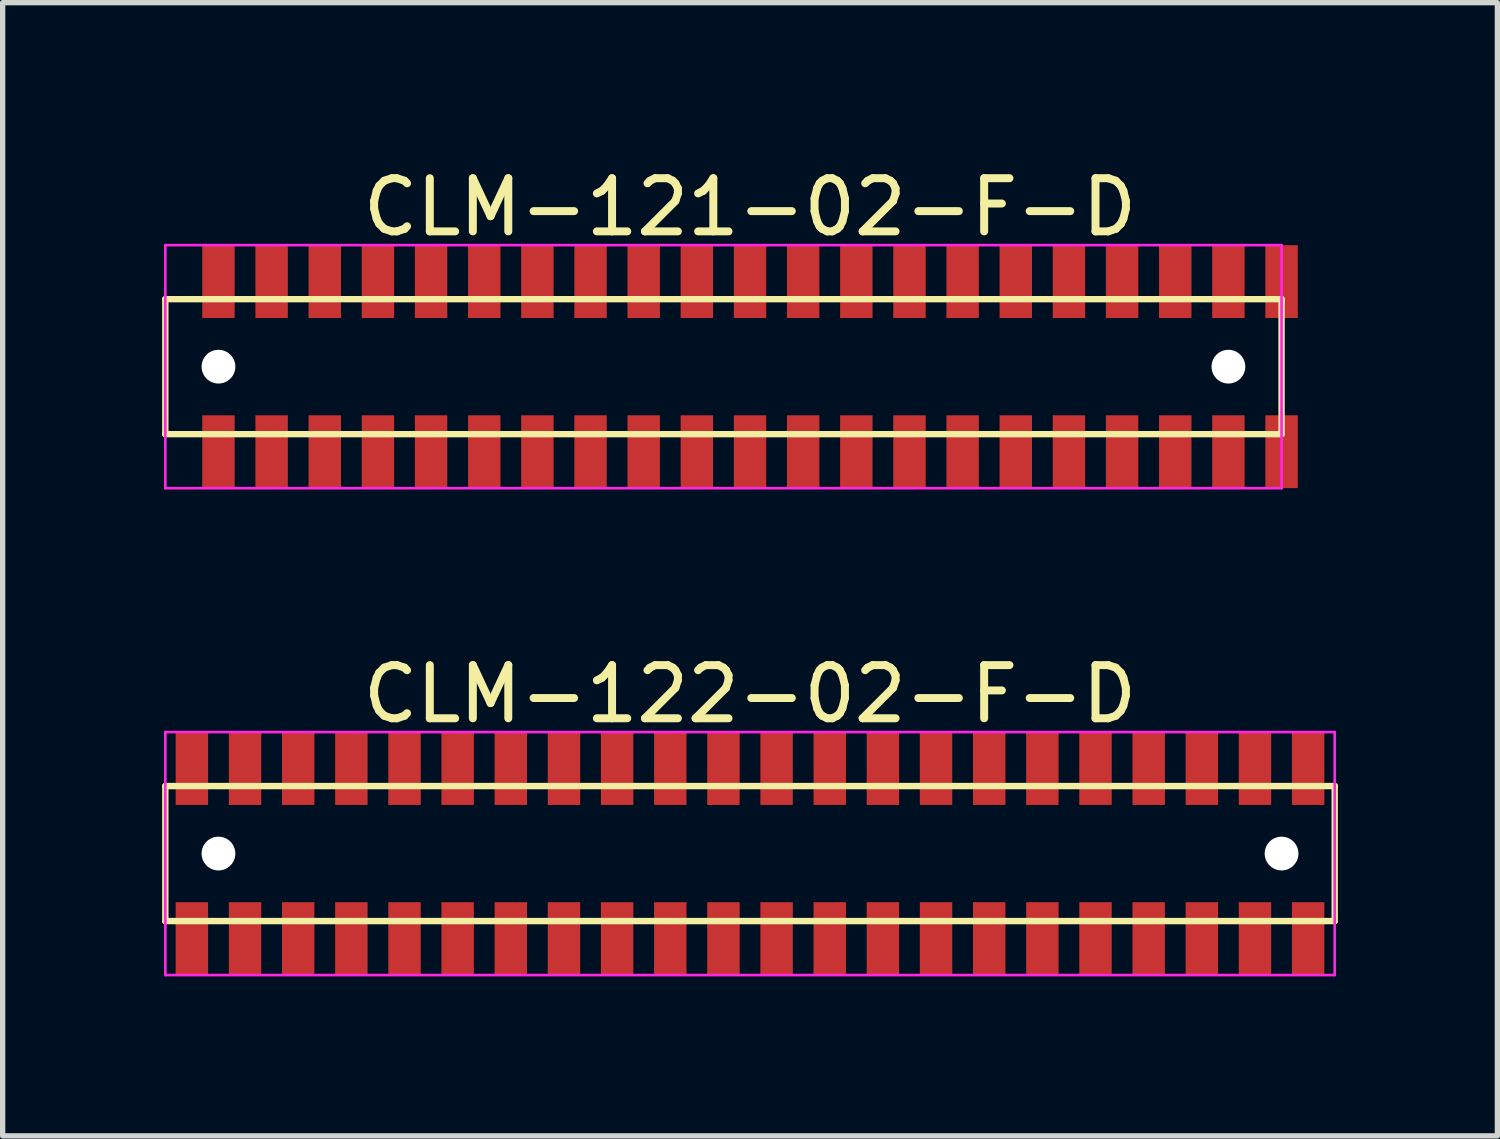
<source format=kicad_pcb>
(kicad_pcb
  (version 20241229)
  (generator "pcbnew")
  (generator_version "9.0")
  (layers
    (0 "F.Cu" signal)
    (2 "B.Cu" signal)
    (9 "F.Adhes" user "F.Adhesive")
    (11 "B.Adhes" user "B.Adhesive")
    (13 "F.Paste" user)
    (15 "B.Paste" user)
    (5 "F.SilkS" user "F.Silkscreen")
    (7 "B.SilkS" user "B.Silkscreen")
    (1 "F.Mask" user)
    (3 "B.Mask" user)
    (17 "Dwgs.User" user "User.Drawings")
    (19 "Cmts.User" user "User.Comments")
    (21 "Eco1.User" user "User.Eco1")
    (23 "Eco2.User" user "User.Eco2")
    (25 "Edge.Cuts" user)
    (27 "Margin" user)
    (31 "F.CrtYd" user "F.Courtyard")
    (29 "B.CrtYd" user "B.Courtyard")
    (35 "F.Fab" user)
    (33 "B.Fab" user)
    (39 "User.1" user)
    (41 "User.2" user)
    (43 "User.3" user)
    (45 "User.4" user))
  (footprint "CLM-121-02-F-D"
    (layer "F.Cu")
    (at 11.06 3.848)
    (property "Reference" "CLM-121-02-F-D" (at 0 -3 0) (layer "F.SilkS") (effects (font (size 1 1) (thickness 0.15))))
    (attr through_hole)
    (fp_line (start -11 -1.27) (end -11 1.27) (stroke (width 0.12) (type solid)) (layer "F.SilkS"))
    (fp_line (start -11 1.27) (end 10 1.27) (stroke (width 0.12) (type solid)) (layer "F.SilkS"))
    (fp_line (start 10 -1.27) (end -11 -1.27) (stroke (width 0.12) (type solid)) (layer "F.SilkS"))
    (fp_line (start 10 1.27) (end 10 -1.27) (stroke (width 0.12) (type solid)) (layer "F.SilkS"))
    (fp_line (start -11 -2.286) (end -11 2.286) (stroke (width 0.05) (type solid)) (layer "F.CrtYd"))
    (fp_line (start -11 2.286) (end 10 2.286) (stroke (width 0.05) (type solid)) (layer "F.CrtYd"))
    (fp_line (start 10 -2.286) (end -11 -2.286) (stroke (width 0.05) (type solid)) (layer "F.CrtYd"))
    (fp_line (start 10 2.286) (end 10 -2.286) (stroke (width 0.05) (type solid)) (layer "F.CrtYd"))
    (pad "" np_thru_hole circle (at -10 0) (size 0.635 0.635) (drill 0.635) (layers "*.Cu" "*.Mask"))
    (pad "" np_thru_hole circle (at 9 0) (size 0.635 0.635) (drill 0.635) (layers "*.Cu" "*.Mask"))
    (pad "1" smd rect (at -10 -1.6) (size 0.61 1.37) (layers "F.Cu" "F.Mask" "F.Paste"))
    (pad "2" smd rect (at -10 1.6) (size 0.61 1.37) (layers "F.Cu" "F.Mask" "F.Paste"))
    (pad "3" smd rect (at -9 -1.6) (size 0.61 1.37) (layers "F.Cu" "F.Mask" "F.Paste"))
    (pad "4" smd rect (at -9 1.6) (size 0.61 1.37) (layers "F.Cu" "F.Mask" "F.Paste"))
    (pad "5" smd rect (at -8 -1.6) (size 0.61 1.37) (layers "F.Cu" "F.Mask" "F.Paste"))
    (pad "6" smd rect (at -8 1.6) (size 0.61 1.37) (layers "F.Cu" "F.Mask" "F.Paste"))
    (pad "7" smd rect (at -7 -1.6) (size 0.61 1.37) (layers "F.Cu" "F.Mask" "F.Paste"))
    (pad "8" smd rect (at -7 1.6) (size 0.61 1.37) (layers "F.Cu" "F.Mask" "F.Paste"))
    (pad "9" smd rect (at -6 -1.6) (size 0.61 1.37) (layers "F.Cu" "F.Mask" "F.Paste"))
    (pad "10" smd rect (at -6 1.6) (size 0.61 1.37) (layers "F.Cu" "F.Mask" "F.Paste"))
    (pad "11" smd rect (at -5 -1.6) (size 0.61 1.37) (layers "F.Cu" "F.Mask" "F.Paste"))
    (pad "12" smd rect (at -5 1.6) (size 0.61 1.37) (layers "F.Cu" "F.Mask" "F.Paste"))
    (pad "13" smd rect (at -4 -1.6) (size 0.61 1.37) (layers "F.Cu" "F.Mask" "F.Paste"))
    (pad "14" smd rect (at -4 1.6) (size 0.61 1.37) (layers "F.Cu" "F.Mask" "F.Paste"))
    (pad "15" smd rect (at -3 -1.6) (size 0.61 1.37) (layers "F.Cu" "F.Mask" "F.Paste"))
    (pad "16" smd rect (at -3 1.6) (size 0.61 1.37) (layers "F.Cu" "F.Mask" "F.Paste"))
    (pad "17" smd rect (at -2 -1.6) (size 0.61 1.37) (layers "F.Cu" "F.Mask" "F.Paste"))
    (pad "18" smd rect (at -2 1.6) (size 0.61 1.37) (layers "F.Cu" "F.Mask" "F.Paste"))
    (pad "19" smd rect (at -1 -1.6) (size 0.61 1.37) (layers "F.Cu" "F.Mask" "F.Paste"))
    (pad "20" smd rect (at -1 1.6) (size 0.61 1.37) (layers "F.Cu" "F.Mask" "F.Paste"))
    (pad "21" smd rect (at 0 -1.6) (size 0.61 1.37) (layers "F.Cu" "F.Mask" "F.Paste"))
    (pad "22" smd rect (at 0 1.6) (size 0.61 1.37) (layers "F.Cu" "F.Mask" "F.Paste"))
    (pad "23" smd rect (at 1 -1.6) (size 0.61 1.37) (layers "F.Cu" "F.Mask" "F.Paste"))
    (pad "24" smd rect (at 1 1.6) (size 0.61 1.37) (layers "F.Cu" "F.Mask" "F.Paste"))
    (pad "25" smd rect (at 2 -1.6) (size 0.61 1.37) (layers "F.Cu" "F.Mask" "F.Paste"))
    (pad "26" smd rect (at 2 1.6) (size 0.61 1.37) (layers "F.Cu" "F.Mask" "F.Paste"))
    (pad "27" smd rect (at 3 -1.6) (size 0.61 1.37) (layers "F.Cu" "F.Mask" "F.Paste"))
    (pad "28" smd rect (at 3 1.6) (size 0.61 1.37) (layers "F.Cu" "F.Mask" "F.Paste"))
    (pad "29" smd rect (at 4 -1.6) (size 0.61 1.37) (layers "F.Cu" "F.Mask" "F.Paste"))
    (pad "30" smd rect (at 4 1.6) (size 0.61 1.37) (layers "F.Cu" "F.Mask" "F.Paste"))
    (pad "31" smd rect (at 5 -1.6) (size 0.61 1.37) (layers "F.Cu" "F.Mask" "F.Paste"))
    (pad "32" smd rect (at 5 1.6) (size 0.61 1.37) (layers "F.Cu" "F.Mask" "F.Paste"))
    (pad "33" smd rect (at 6 -1.6) (size 0.61 1.37) (layers "F.Cu" "F.Mask" "F.Paste"))
    (pad "34" smd rect (at 6 1.6) (size 0.61 1.37) (layers "F.Cu" "F.Mask" "F.Paste"))
    (pad "35" smd rect (at 7 -1.6) (size 0.61 1.37) (layers "F.Cu" "F.Mask" "F.Paste"))
    (pad "36" smd rect (at 7 1.6) (size 0.61 1.37) (layers "F.Cu" "F.Mask" "F.Paste"))
    (pad "37" smd rect (at 8 -1.6) (size 0.61 1.37) (layers "F.Cu" "F.Mask" "F.Paste"))
    (pad "38" smd rect (at 8 1.6) (size 0.61 1.37) (layers "F.Cu" "F.Mask" "F.Paste"))
    (pad "39" smd rect (at 9 -1.6) (size 0.61 1.37) (layers "F.Cu" "F.Mask" "F.Paste"))
    (pad "40" smd rect (at 9 1.6) (size 0.61 1.37) (layers "F.Cu" "F.Mask" "F.Paste"))
    (pad "41" smd rect (at 10 -1.6) (size 0.61 1.37) (layers "F.Cu" "F.Mask" "F.Paste"))
    (pad "42" smd rect (at 10 1.6) (size 0.61 1.37) (layers "F.Cu" "F.Mask" "F.Paste")))
  (footprint "CLM-122-02-F-D"
    (layer "F.Cu")
    (at 11.06 13.008)
    (property "Reference" "CLM-122-02-F-D" (at 0 -3 0) (layer "F.SilkS") (effects (font (size 1 1) (thickness 0.15))))
    (attr through_hole)
    (fp_line (start -11 -1.27) (end -11 1.27) (stroke (width 0.12) (type solid)) (layer "F.SilkS"))
    (fp_line (start -11 1.27) (end 11 1.27) (stroke (width 0.12) (type solid)) (layer "F.SilkS"))
    (fp_line (start 11 -1.27) (end -11 -1.27) (stroke (width 0.12) (type solid)) (layer "F.SilkS"))
    (fp_line (start 11 1.27) (end 11 -1.27) (stroke (width 0.12) (type solid)) (layer "F.SilkS"))
    (fp_line (start -11 -2.286) (end -11 2.286) (stroke (width 0.05) (type solid)) (layer "F.CrtYd"))
    (fp_line (start -11 2.286) (end 11 2.286) (stroke (width 0.05) (type solid)) (layer "F.CrtYd"))
    (fp_line (start 11 -2.286) (end -11 -2.286) (stroke (width 0.05) (type solid)) (layer "F.CrtYd"))
    (fp_line (start 11 2.286) (end 11 -2.286) (stroke (width 0.05) (type solid)) (layer "F.CrtYd"))
    (pad "" np_thru_hole circle (at -10 0) (size 0.635 0.635) (drill 0.635) (layers "*.Cu" "*.Mask"))
    (pad "" np_thru_hole circle (at 10 0) (size 0.635 0.635) (drill 0.635) (layers "*.Cu" "*.Mask"))
    (pad "1" smd rect (at -10.5 -1.6) (size 0.61 1.37) (layers "F.Cu" "F.Mask" "F.Paste"))
    (pad "2" smd rect (at -10.5 1.6) (size 0.61 1.37) (layers "F.Cu" "F.Mask" "F.Paste"))
    (pad "3" smd rect (at -9.5 -1.6) (size 0.61 1.37) (layers "F.Cu" "F.Mask" "F.Paste"))
    (pad "4" smd rect (at -9.5 1.6) (size 0.61 1.37) (layers "F.Cu" "F.Mask" "F.Paste"))
    (pad "5" smd rect (at -8.5 -1.6) (size 0.61 1.37) (layers "F.Cu" "F.Mask" "F.Paste"))
    (pad "6" smd rect (at -8.5 1.6) (size 0.61 1.37) (layers "F.Cu" "F.Mask" "F.Paste"))
    (pad "7" smd rect (at -7.5 -1.6) (size 0.61 1.37) (layers "F.Cu" "F.Mask" "F.Paste"))
    (pad "8" smd rect (at -7.5 1.6) (size 0.61 1.37) (layers "F.Cu" "F.Mask" "F.Paste"))
    (pad "9" smd rect (at -6.5 -1.6) (size 0.61 1.37) (layers "F.Cu" "F.Mask" "F.Paste"))
    (pad "10" smd rect (at -6.5 1.6) (size 0.61 1.37) (layers "F.Cu" "F.Mask" "F.Paste"))
    (pad "11" smd rect (at -5.5 -1.6) (size 0.61 1.37) (layers "F.Cu" "F.Mask" "F.Paste"))
    (pad "12" smd rect (at -5.5 1.6) (size 0.61 1.37) (layers "F.Cu" "F.Mask" "F.Paste"))
    (pad "13" smd rect (at -4.5 -1.6) (size 0.61 1.37) (layers "F.Cu" "F.Mask" "F.Paste"))
    (pad "14" smd rect (at -4.5 1.6) (size 0.61 1.37) (layers "F.Cu" "F.Mask" "F.Paste"))
    (pad "15" smd rect (at -3.5 -1.6) (size 0.61 1.37) (layers "F.Cu" "F.Mask" "F.Paste"))
    (pad "16" smd rect (at -3.5 1.6) (size 0.61 1.37) (layers "F.Cu" "F.Mask" "F.Paste"))
    (pad "17" smd rect (at -2.5 -1.6) (size 0.61 1.37) (layers "F.Cu" "F.Mask" "F.Paste"))
    (pad "18" smd rect (at -2.5 1.6) (size 0.61 1.37) (layers "F.Cu" "F.Mask" "F.Paste"))
    (pad "19" smd rect (at -1.5 -1.6) (size 0.61 1.37) (layers "F.Cu" "F.Mask" "F.Paste"))
    (pad "20" smd rect (at -1.5 1.6) (size 0.61 1.37) (layers "F.Cu" "F.Mask" "F.Paste"))
    (pad "21" smd rect (at -0.5 -1.6) (size 0.61 1.37) (layers "F.Cu" "F.Mask" "F.Paste"))
    (pad "22" smd rect (at -0.5 1.6) (size 0.61 1.37) (layers "F.Cu" "F.Mask" "F.Paste"))
    (pad "23" smd rect (at 0.5 -1.6) (size 0.61 1.37) (layers "F.Cu" "F.Mask" "F.Paste"))
    (pad "24" smd rect (at 0.5 1.6) (size 0.61 1.37) (layers "F.Cu" "F.Mask" "F.Paste"))
    (pad "25" smd rect (at 1.5 -1.6) (size 0.61 1.37) (layers "F.Cu" "F.Mask" "F.Paste"))
    (pad "26" smd rect (at 1.5 1.6) (size 0.61 1.37) (layers "F.Cu" "F.Mask" "F.Paste"))
    (pad "27" smd rect (at 2.5 -1.6) (size 0.61 1.37) (layers "F.Cu" "F.Mask" "F.Paste"))
    (pad "28" smd rect (at 2.5 1.6) (size 0.61 1.37) (layers "F.Cu" "F.Mask" "F.Paste"))
    (pad "29" smd rect (at 3.5 -1.6) (size 0.61 1.37) (layers "F.Cu" "F.Mask" "F.Paste"))
    (pad "30" smd rect (at 3.5 1.6) (size 0.61 1.37) (layers "F.Cu" "F.Mask" "F.Paste"))
    (pad "31" smd rect (at 4.5 -1.6) (size 0.61 1.37) (layers "F.Cu" "F.Mask" "F.Paste"))
    (pad "32" smd rect (at 4.5 1.6) (size 0.61 1.37) (layers "F.Cu" "F.Mask" "F.Paste"))
    (pad "33" smd rect (at 5.5 -1.6) (size 0.61 1.37) (layers "F.Cu" "F.Mask" "F.Paste"))
    (pad "34" smd rect (at 5.5 1.6) (size 0.61 1.37) (layers "F.Cu" "F.Mask" "F.Paste"))
    (pad "35" smd rect (at 6.5 -1.6) (size 0.61 1.37) (layers "F.Cu" "F.Mask" "F.Paste"))
    (pad "36" smd rect (at 6.5 1.6) (size 0.61 1.37) (layers "F.Cu" "F.Mask" "F.Paste"))
    (pad "37" smd rect (at 7.5 -1.6) (size 0.61 1.37) (layers "F.Cu" "F.Mask" "F.Paste"))
    (pad "38" smd rect (at 7.5 1.6) (size 0.61 1.37) (layers "F.Cu" "F.Mask" "F.Paste"))
    (pad "39" smd rect (at 8.5 -1.6) (size 0.61 1.37) (layers "F.Cu" "F.Mask" "F.Paste"))
    (pad "40" smd rect (at 8.5 1.6) (size 0.61 1.37) (layers "F.Cu" "F.Mask" "F.Paste"))
    (pad "41" smd rect (at 9.5 -1.6) (size 0.61 1.37) (layers "F.Cu" "F.Mask" "F.Paste"))
    (pad "42" smd rect (at 9.5 1.6) (size 0.61 1.37) (layers "F.Cu" "F.Mask" "F.Paste"))
    (pad "43" smd rect (at 10.5 -1.6) (size 0.61 1.37) (layers "F.Cu" "F.Mask" "F.Paste"))
    (pad "44" smd rect (at 10.5 1.6) (size 0.61 1.37) (layers "F.Cu" "F.Mask" "F.Paste")))
  (gr_rect
    (start -3 -3)
    (end 25.12 18.319)
    (stroke (width 0.1) (type default))
    (fill no)
    (layer "Edge.Cuts")))
</source>
